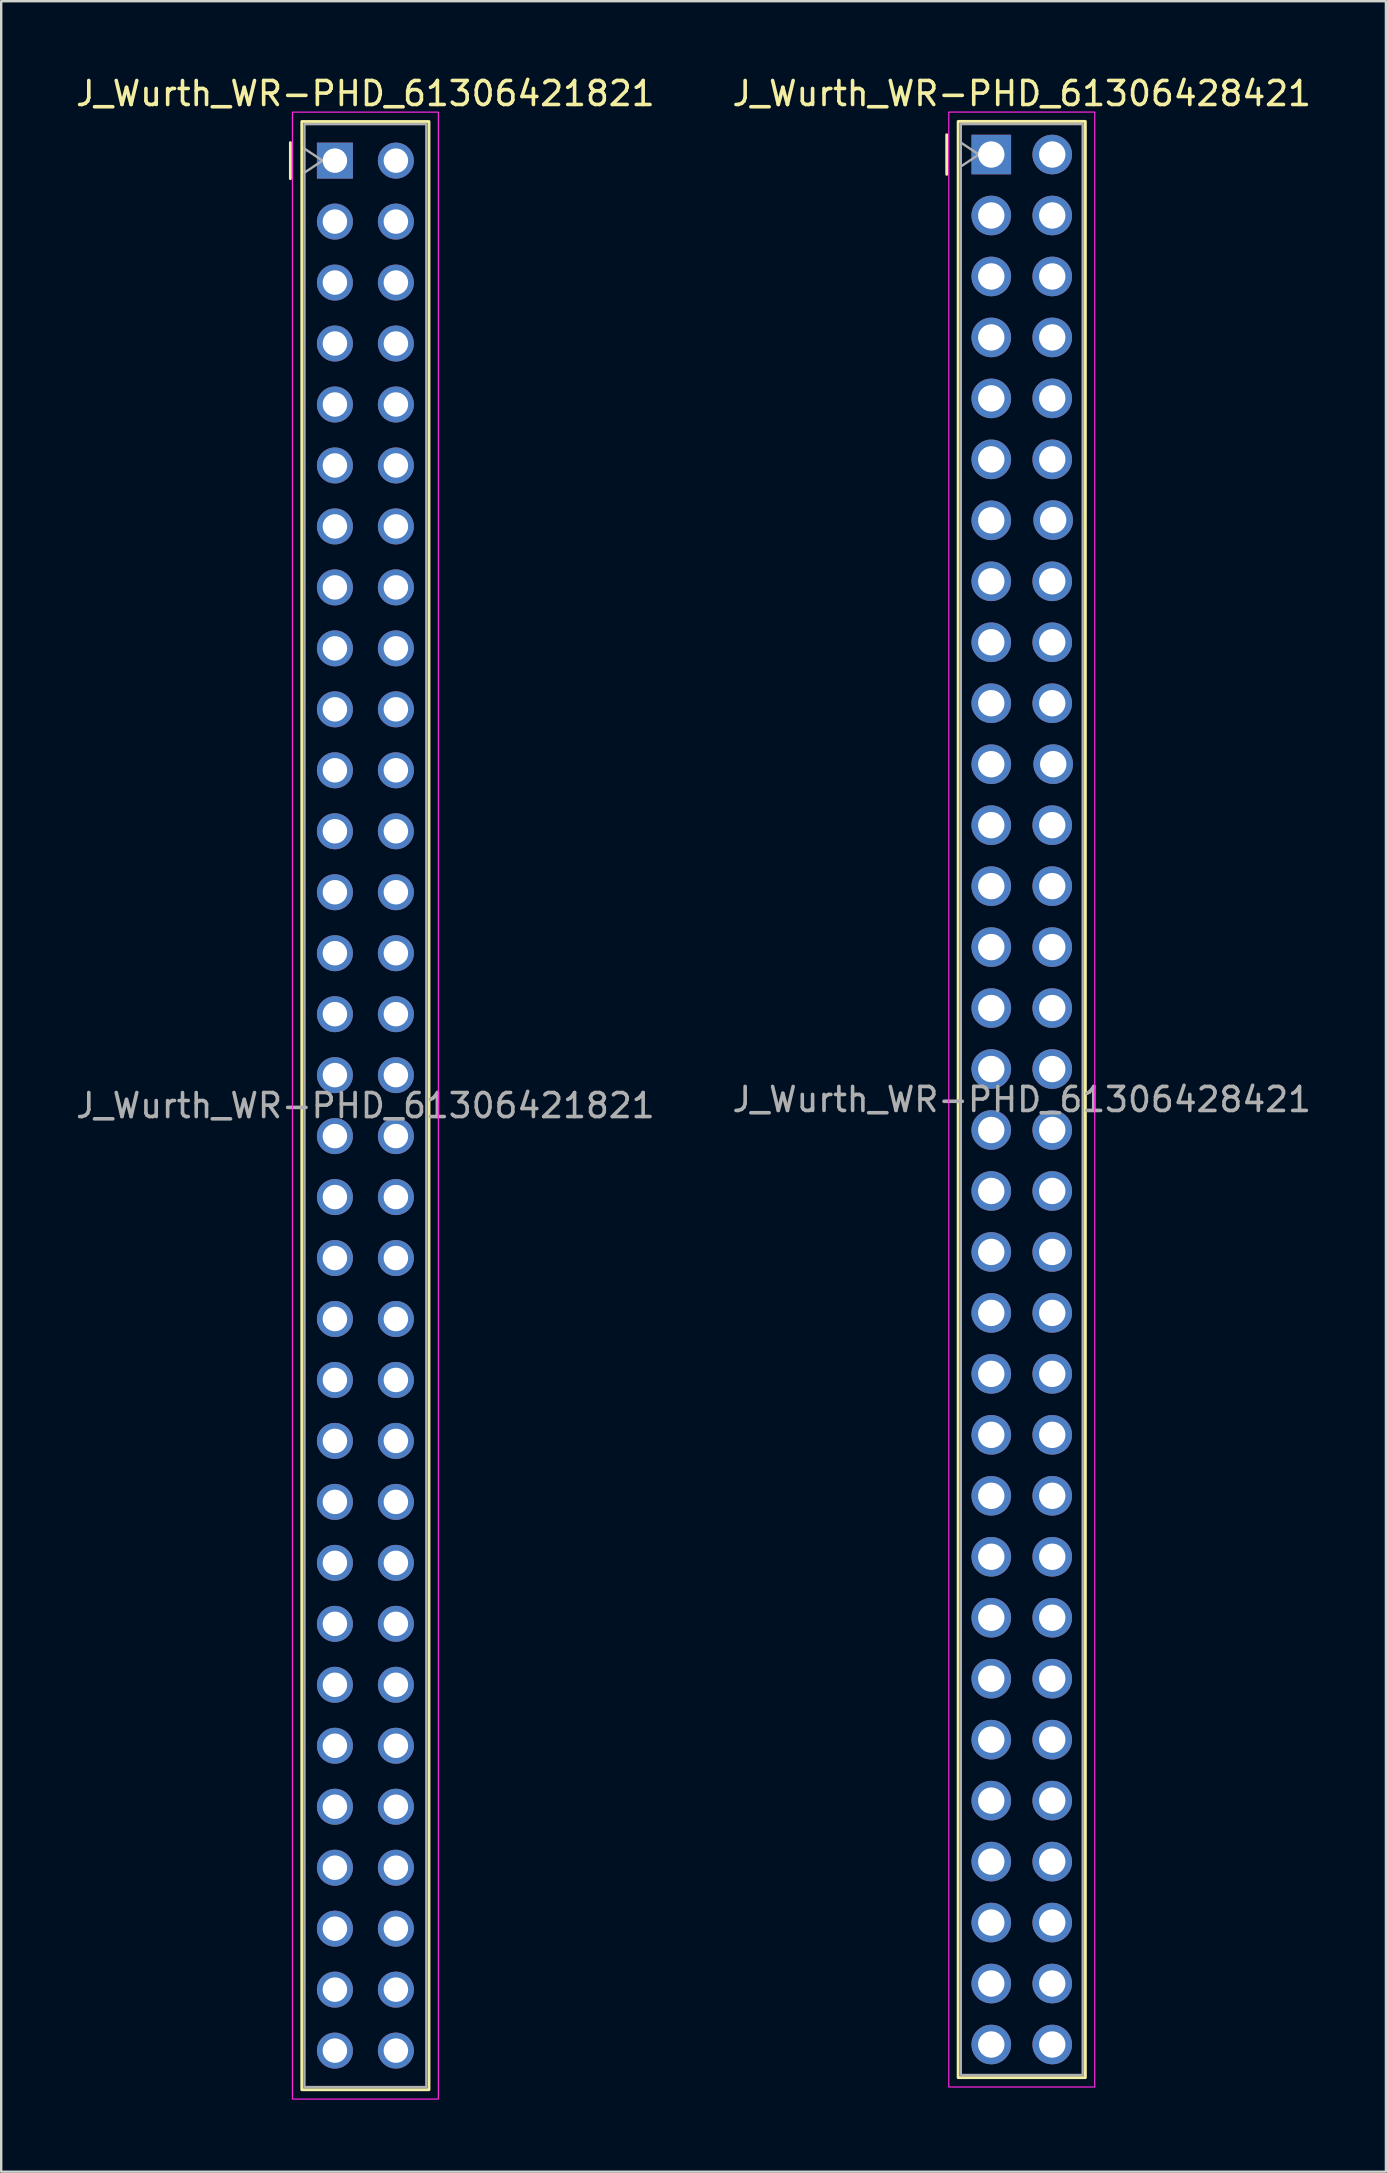
<source format=kicad_pcb>
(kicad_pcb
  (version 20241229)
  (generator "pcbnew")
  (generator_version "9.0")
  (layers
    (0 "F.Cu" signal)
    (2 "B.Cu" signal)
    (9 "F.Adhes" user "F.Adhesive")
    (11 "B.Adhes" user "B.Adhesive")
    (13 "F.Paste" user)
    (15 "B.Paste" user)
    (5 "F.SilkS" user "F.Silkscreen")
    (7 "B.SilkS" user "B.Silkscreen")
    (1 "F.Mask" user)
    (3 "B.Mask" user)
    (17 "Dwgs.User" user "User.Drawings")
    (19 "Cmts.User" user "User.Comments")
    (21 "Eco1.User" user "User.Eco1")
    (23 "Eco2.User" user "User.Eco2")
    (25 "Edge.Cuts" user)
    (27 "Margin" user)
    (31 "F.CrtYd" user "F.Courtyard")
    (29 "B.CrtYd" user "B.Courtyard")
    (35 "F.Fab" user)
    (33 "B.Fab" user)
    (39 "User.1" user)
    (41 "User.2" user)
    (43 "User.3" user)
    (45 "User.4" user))
  (footprint "J_Wurth_WR-PHD_61306421821"
    (layer "F.Cu")
    (at 10.903 3.642)
    (property "Reference" "J_Wurth_WR-PHD_61306421821" (at 1.27 -2.794 0) (unlocked yes) (layer "F.SilkS") (effects (font (size 1 1) (thickness 0.15))))
    (attr through_hole)
    (fp_line (start -1.855 -0.75) (end -1.855 0.75) (stroke (width 0.12) (type solid)) (layer "F.SilkS"))
    (fp_rect (start -1.38 -1.63) (end 3.92 80.37) (stroke (width 0.12) (type solid)) (fill no) (layer "F.SilkS"))
    (fp_rect (start -1.77 -2.02) (end 4.31 80.76) (stroke (width 0.05) (type solid)) (fill no) (layer "F.CrtYd"))
    (fp_line (start -1.27 -0.5) (end -0.52 0) (stroke (width 0.1) (type solid)) (layer "F.Fab"))
    (fp_line (start -0.52 0) (end -1.27 0.5) (stroke (width 0.1) (type solid)) (layer "F.Fab"))
    (fp_rect (start -1.27 -1.52) (end 3.81 80.26) (stroke (width 0.1) (type solid)) (fill no) (layer "F.Fab"))
    (fp_text user "${REFERENCE}" (at 1.27 39.37 0) (unlocked yes) (layer "F.Fab") (effects (font (size 1 1) (thickness 0.15))))
    (pad "1" thru_hole rect (at 0 0) (size 1.5 1.5) (drill 1.02) (layers "*.Cu" "*.Mask"))
    (pad "2" thru_hole circle (at 2.54 0) (size 1.5 1.5) (drill 1.02) (layers "*.Cu" "*.Mask"))
    (pad "3" thru_hole circle (at 0 2.54) (size 1.5 1.5) (drill 1.02) (layers "*.Cu" "*.Mask"))
    (pad "4" thru_hole circle (at 2.54 2.54) (size 1.5 1.5) (drill 1.02) (layers "*.Cu" "*.Mask"))
    (pad "5" thru_hole circle (at 0 5.08) (size 1.5 1.5) (drill 1.02) (layers "*.Cu" "*.Mask"))
    (pad "6" thru_hole circle (at 2.54 5.08) (size 1.5 1.5) (drill 1.02) (layers "*.Cu" "*.Mask"))
    (pad "7" thru_hole circle (at 0 7.62) (size 1.5 1.5) (drill 1.02) (layers "*.Cu" "*.Mask"))
    (pad "8" thru_hole circle (at 2.54 7.62) (size 1.5 1.5) (drill 1.02) (layers "*.Cu" "*.Mask"))
    (pad "9" thru_hole circle (at 0 10.16) (size 1.5 1.5) (drill 1.02) (layers "*.Cu" "*.Mask"))
    (pad "10" thru_hole circle (at 2.54 10.16) (size 1.5 1.5) (drill 1.02) (layers "*.Cu" "*.Mask"))
    (pad "11" thru_hole circle (at 0 12.7) (size 1.5 1.5) (drill 1.02) (layers "*.Cu" "*.Mask"))
    (pad "12" thru_hole circle (at 2.54 12.7) (size 1.5 1.5) (drill 1.02) (layers "*.Cu" "*.Mask"))
    (pad "13" thru_hole circle (at 0 15.24) (size 1.5 1.5) (drill 1.02) (layers "*.Cu" "*.Mask"))
    (pad "14" thru_hole circle (at 2.54 15.24) (size 1.5 1.5) (drill 1.02) (layers "*.Cu" "*.Mask"))
    (pad "15" thru_hole circle (at 0 17.78) (size 1.5 1.5) (drill 1.02) (layers "*.Cu" "*.Mask"))
    (pad "16" thru_hole circle (at 2.54 17.78) (size 1.5 1.5) (drill 1.02) (layers "*.Cu" "*.Mask"))
    (pad "17" thru_hole circle (at 0 20.32) (size 1.5 1.5) (drill 1.02) (layers "*.Cu" "*.Mask"))
    (pad "18" thru_hole circle (at 2.54 20.32) (size 1.5 1.5) (drill 1.02) (layers "*.Cu" "*.Mask"))
    (pad "19" thru_hole circle (at 0 22.86) (size 1.5 1.5) (drill 1.02) (layers "*.Cu" "*.Mask"))
    (pad "20" thru_hole circle (at 2.54 22.86) (size 1.5 1.5) (drill 1.02) (layers "*.Cu" "*.Mask"))
    (pad "21" thru_hole circle (at 0 25.4) (size 1.5 1.5) (drill 1.02) (layers "*.Cu" "*.Mask"))
    (pad "22" thru_hole circle (at 2.54 25.4) (size 1.5 1.5) (drill 1.02) (layers "*.Cu" "*.Mask"))
    (pad "23" thru_hole circle (at 0 27.94) (size 1.5 1.5) (drill 1.02) (layers "*.Cu" "*.Mask"))
    (pad "24" thru_hole circle (at 2.54 27.94) (size 1.5 1.5) (drill 1.02) (layers "*.Cu" "*.Mask"))
    (pad "25" thru_hole circle (at 0 30.48) (size 1.5 1.5) (drill 1.02) (layers "*.Cu" "*.Mask"))
    (pad "26" thru_hole circle (at 2.54 30.48) (size 1.5 1.5) (drill 1.02) (layers "*.Cu" "*.Mask"))
    (pad "27" thru_hole circle (at 0 33.02) (size 1.5 1.5) (drill 1.02) (layers "*.Cu" "*.Mask"))
    (pad "28" thru_hole circle (at 2.54 33.02) (size 1.5 1.5) (drill 1.02) (layers "*.Cu" "*.Mask"))
    (pad "29" thru_hole circle (at 0 35.56) (size 1.5 1.5) (drill 1.02) (layers "*.Cu" "*.Mask"))
    (pad "30" thru_hole circle (at 2.54 35.56) (size 1.5 1.5) (drill 1.02) (layers "*.Cu" "*.Mask"))
    (pad "31" thru_hole circle (at 0 38.1) (size 1.5 1.5) (drill 1.02) (layers "*.Cu" "*.Mask"))
    (pad "32" thru_hole circle (at 2.54 38.1) (size 1.5 1.5) (drill 1.02) (layers "*.Cu" "*.Mask"))
    (pad "33" thru_hole circle (at 0 40.64) (size 1.5 1.5) (drill 1.02) (layers "*.Cu" "*.Mask"))
    (pad "34" thru_hole circle (at 2.54 40.64) (size 1.5 1.5) (drill 1.02) (layers "*.Cu" "*.Mask"))
    (pad "35" thru_hole circle (at 0 43.18) (size 1.5 1.5) (drill 1.02) (layers "*.Cu" "*.Mask"))
    (pad "36" thru_hole circle (at 2.54 43.18) (size 1.5 1.5) (drill 1.02) (layers "*.Cu" "*.Mask"))
    (pad "37" thru_hole circle (at 0 45.72) (size 1.5 1.5) (drill 1.02) (layers "*.Cu" "*.Mask"))
    (pad "38" thru_hole circle (at 2.54 45.72) (size 1.5 1.5) (drill 1.02) (layers "*.Cu" "*.Mask"))
    (pad "39" thru_hole circle (at 0 48.26) (size 1.5 1.5) (drill 1.02) (layers "*.Cu" "*.Mask"))
    (pad "40" thru_hole circle (at 2.54 48.26) (size 1.5 1.5) (drill 1.02) (layers "*.Cu" "*.Mask"))
    (pad "41" thru_hole circle (at 0 50.8) (size 1.5 1.5) (drill 1.02) (layers "*.Cu" "*.Mask"))
    (pad "42" thru_hole circle (at 2.54 50.8) (size 1.5 1.5) (drill 1.02) (layers "*.Cu" "*.Mask"))
    (pad "43" thru_hole circle (at 0 53.34) (size 1.5 1.5) (drill 1.02) (layers "*.Cu" "*.Mask"))
    (pad "44" thru_hole circle (at 2.54 53.34) (size 1.5 1.5) (drill 1.02) (layers "*.Cu" "*.Mask"))
    (pad "45" thru_hole circle (at 0 55.88) (size 1.5 1.5) (drill 1.02) (layers "*.Cu" "*.Mask"))
    (pad "46" thru_hole circle (at 2.54 55.88) (size 1.5 1.5) (drill 1.02) (layers "*.Cu" "*.Mask"))
    (pad "47" thru_hole circle (at 0 58.42) (size 1.5 1.5) (drill 1.02) (layers "*.Cu" "*.Mask"))
    (pad "48" thru_hole circle (at 2.54 58.42) (size 1.5 1.5) (drill 1.02) (layers "*.Cu" "*.Mask"))
    (pad "49" thru_hole circle (at 0 60.96) (size 1.5 1.5) (drill 1.02) (layers "*.Cu" "*.Mask"))
    (pad "50" thru_hole circle (at 2.54 60.96) (size 1.5 1.5) (drill 1.02) (layers "*.Cu" "*.Mask"))
    (pad "51" thru_hole circle (at 0 63.5) (size 1.5 1.5) (drill 1.02) (layers "*.Cu" "*.Mask"))
    (pad "52" thru_hole circle (at 2.54 63.5) (size 1.5 1.5) (drill 1.02) (layers "*.Cu" "*.Mask"))
    (pad "53" thru_hole circle (at 0 66.04) (size 1.5 1.5) (drill 1.02) (layers "*.Cu" "*.Mask"))
    (pad "54" thru_hole circle (at 2.54 66.04) (size 1.5 1.5) (drill 1.02) (layers "*.Cu" "*.Mask"))
    (pad "55" thru_hole circle (at 0 68.58) (size 1.5 1.5) (drill 1.02) (layers "*.Cu" "*.Mask"))
    (pad "56" thru_hole circle (at 2.54 68.58) (size 1.5 1.5) (drill 1.02) (layers "*.Cu" "*.Mask"))
    (pad "57" thru_hole circle (at 0 71.12) (size 1.5 1.5) (drill 1.02) (layers "*.Cu" "*.Mask"))
    (pad "58" thru_hole circle (at 2.54 71.12) (size 1.5 1.5) (drill 1.02) (layers "*.Cu" "*.Mask"))
    (pad "59" thru_hole circle (at 0 73.66) (size 1.5 1.5) (drill 1.02) (layers "*.Cu" "*.Mask"))
    (pad "60" thru_hole circle (at 2.54 73.66) (size 1.5 1.5) (drill 1.02) (layers "*.Cu" "*.Mask"))
    (pad "61" thru_hole circle (at 0 76.2) (size 1.5 1.5) (drill 1.02) (layers "*.Cu" "*.Mask"))
    (pad "62" thru_hole circle (at 2.54 76.2) (size 1.5 1.5) (drill 1.02) (layers "*.Cu" "*.Mask"))
    (pad "63" thru_hole circle (at 0 78.74) (size 1.5 1.5) (drill 1.02) (layers "*.Cu" "*.Mask"))
    (pad "64" thru_hole circle (at 2.54 78.74) (size 1.5 1.5) (drill 1.02) (layers "*.Cu" "*.Mask")))
  (footprint "J_Wurth_WR-PHD_61306428421"
    (layer "F.Cu")
    (at 38.248 3.388)
    (property "Reference" "J_Wurth_WR-PHD_61306428421" (at 1.27 -2.54 0) (unlocked yes) (layer "F.SilkS") (effects (font (size 1 1) (thickness 0.15))))
    (attr through_hole)
    (fp_line (start -1.855 -0.825) (end -1.855 0.825) (stroke (width 0.12) (type solid)) (layer "F.SilkS"))
    (fp_rect (start -1.38 -1.38) (end 3.92 80.12) (stroke (width 0.12) (type solid)) (fill no) (layer "F.SilkS"))
    (fp_rect (start -1.77 -1.77) (end 4.31 80.51) (stroke (width 0.05) (type solid)) (fill no) (layer "F.CrtYd"))
    (fp_line (start -1.27 -0.5) (end -0.52 0) (stroke (width 0.1) (type solid)) (layer "F.Fab"))
    (fp_line (start -0.52 0) (end -1.27 0.5) (stroke (width 0.1) (type solid)) (layer "F.Fab"))
    (fp_rect (start -1.27 -1.27) (end 3.81 80.01) (stroke (width 0.1) (type solid)) (fill no) (layer "F.Fab"))
    (fp_text user "${REFERENCE}" (at 1.27 39.37 0) (unlocked yes) (layer "F.Fab") (effects (font (size 1 1) (thickness 0.15))))
    (pad "1" thru_hole rect (at 0 0 270) (size 1.65 1.65) (drill 1.1) (layers "*.Cu" "*.Mask"))
    (pad "2" thru_hole circle (at 2.54 0 270) (size 1.65 1.65) (drill 1.1) (layers "*.Cu" "*.Mask"))
    (pad "3" thru_hole circle (at 0 2.54 270) (size 1.65 1.65) (drill 1.1) (layers "*.Cu" "*.Mask"))
    (pad "4" thru_hole circle (at 2.54 2.54 270) (size 1.65 1.65) (drill 1.1) (layers "*.Cu" "*.Mask"))
    (pad "5" thru_hole circle (at 0 5.08 270) (size 1.65 1.65) (drill 1.1) (layers "*.Cu" "*.Mask"))
    (pad "6" thru_hole circle (at 2.54 5.08 270) (size 1.65 1.65) (drill 1.1) (layers "*.Cu" "*.Mask"))
    (pad "7" thru_hole circle (at 0 7.62 270) (size 1.65 1.65) (drill 1.1) (layers "*.Cu" "*.Mask"))
    (pad "8" thru_hole circle (at 2.54 7.62 270) (size 1.65 1.65) (drill 1.1) (layers "*.Cu" "*.Mask"))
    (pad "9" thru_hole circle (at 0 10.16 270) (size 1.65 1.65) (drill 1.1) (layers "*.Cu" "*.Mask"))
    (pad "10" thru_hole circle (at 2.54 10.16 270) (size 1.65 1.65) (drill 1.1) (layers "*.Cu" "*.Mask"))
    (pad "11" thru_hole circle (at 0 12.7 270) (size 1.65 1.65) (drill 1.1) (layers "*.Cu" "*.Mask"))
    (pad "12" thru_hole circle (at 2.54 12.7 270) (size 1.65 1.65) (drill 1.1) (layers "*.Cu" "*.Mask"))
    (pad "13" thru_hole circle (at 0 15.24 270) (size 1.65 1.65) (drill 1.1) (layers "*.Cu" "*.Mask"))
    (pad "14" thru_hole circle (at 2.579 15.23 270) (size 1.65 1.65) (drill 1.1) (layers "*.Cu" "*.Mask"))
    (pad "15" thru_hole circle (at 0 17.78 270) (size 1.65 1.65) (drill 1.1) (layers "*.Cu" "*.Mask"))
    (pad "16" thru_hole circle (at 2.54 17.78 270) (size 1.65 1.65) (drill 1.1) (layers "*.Cu" "*.Mask"))
    (pad "17" thru_hole circle (at 0 20.32 270) (size 1.65 1.65) (drill 1.1) (layers "*.Cu" "*.Mask"))
    (pad "18" thru_hole circle (at 2.54 20.32 270) (size 1.65 1.65) (drill 1.1) (layers "*.Cu" "*.Mask"))
    (pad "19" thru_hole circle (at 0 22.86 270) (size 1.65 1.65) (drill 1.1) (layers "*.Cu" "*.Mask"))
    (pad "20" thru_hole circle (at 2.54 22.86 270) (size 1.65 1.65) (drill 1.1) (layers "*.Cu" "*.Mask"))
    (pad "21" thru_hole circle (at 0 25.4 270) (size 1.65 1.65) (drill 1.1) (layers "*.Cu" "*.Mask"))
    (pad "22" thru_hole circle (at 2.581 25.398 270) (size 1.65 1.65) (drill 1.1) (layers "*.Cu" "*.Mask"))
    (pad "23" thru_hole circle (at 0 27.94 270) (size 1.65 1.65) (drill 1.1) (layers "*.Cu" "*.Mask"))
    (pad "24" thru_hole circle (at 2.54 27.94 270) (size 1.65 1.65) (drill 1.1) (layers "*.Cu" "*.Mask"))
    (pad "25" thru_hole circle (at 0 30.48 270) (size 1.65 1.65) (drill 1.1) (layers "*.Cu" "*.Mask"))
    (pad "26" thru_hole circle (at 2.54 30.48 270) (size 1.65 1.65) (drill 1.1) (layers "*.Cu" "*.Mask"))
    (pad "27" thru_hole circle (at 0 33.02 270) (size 1.65 1.65) (drill 1.1) (layers "*.Cu" "*.Mask"))
    (pad "28" thru_hole circle (at 2.54 33.02 270) (size 1.65 1.65) (drill 1.1) (layers "*.Cu" "*.Mask"))
    (pad "29" thru_hole circle (at 0 35.56 270) (size 1.65 1.65) (drill 1.1) (layers "*.Cu" "*.Mask"))
    (pad "30" thru_hole circle (at 2.54 35.56 270) (size 1.65 1.65) (drill 1.1) (layers "*.Cu" "*.Mask"))
    (pad "31" thru_hole circle (at 0 38.1 270) (size 1.65 1.65) (drill 1.1) (layers "*.Cu" "*.Mask"))
    (pad "32" thru_hole circle (at 2.54 38.1 270) (size 1.65 1.65) (drill 1.1) (layers "*.Cu" "*.Mask"))
    (pad "33" thru_hole circle (at 0 40.64 270) (size 1.65 1.65) (drill 1.1) (layers "*.Cu" "*.Mask"))
    (pad "34" thru_hole circle (at 2.54 40.64 270) (size 1.65 1.65) (drill 1.1) (layers "*.Cu" "*.Mask"))
    (pad "35" thru_hole circle (at 0 43.18 270) (size 1.65 1.65) (drill 1.1) (layers "*.Cu" "*.Mask"))
    (pad "36" thru_hole circle (at 2.54 43.18 270) (size 1.65 1.65) (drill 1.1) (layers "*.Cu" "*.Mask"))
    (pad "37" thru_hole circle (at 0 45.72 270) (size 1.65 1.65) (drill 1.1) (layers "*.Cu" "*.Mask"))
    (pad "38" thru_hole circle (at 2.54 45.72 270) (size 1.65 1.65) (drill 1.1) (layers "*.Cu" "*.Mask"))
    (pad "39" thru_hole circle (at 0 48.26 270) (size 1.65 1.65) (drill 1.1) (layers "*.Cu" "*.Mask"))
    (pad "40" thru_hole circle (at 2.54 48.26 270) (size 1.65 1.65) (drill 1.1) (layers "*.Cu" "*.Mask"))
    (pad "41" thru_hole circle (at 0 50.8 270) (size 1.65 1.65) (drill 1.1) (layers "*.Cu" "*.Mask"))
    (pad "42" thru_hole circle (at 2.54 50.8 270) (size 1.65 1.65) (drill 1.1) (layers "*.Cu" "*.Mask"))
    (pad "43" thru_hole circle (at 0 53.34 270) (size 1.65 1.65) (drill 1.1) (layers "*.Cu" "*.Mask"))
    (pad "44" thru_hole circle (at 2.54 53.34 270) (size 1.65 1.65) (drill 1.1) (layers "*.Cu" "*.Mask"))
    (pad "45" thru_hole circle (at 0 55.88 270) (size 1.65 1.65) (drill 1.1) (layers "*.Cu" "*.Mask"))
    (pad "46" thru_hole circle (at 2.54 55.88 270) (size 1.65 1.65) (drill 1.1) (layers "*.Cu" "*.Mask"))
    (pad "47" thru_hole circle (at 0 58.42 270) (size 1.65 1.65) (drill 1.1) (layers "*.Cu" "*.Mask"))
    (pad "48" thru_hole circle (at 2.54 58.42 270) (size 1.65 1.65) (drill 1.1) (layers "*.Cu" "*.Mask"))
    (pad "49" thru_hole circle (at 0 60.96 270) (size 1.65 1.65) (drill 1.1) (layers "*.Cu" "*.Mask"))
    (pad "50" thru_hole circle (at 2.54 60.96 270) (size 1.65 1.65) (drill 1.1) (layers "*.Cu" "*.Mask"))
    (pad "51" thru_hole circle (at 0 63.5 270) (size 1.65 1.65) (drill 1.1) (layers "*.Cu" "*.Mask"))
    (pad "52" thru_hole circle (at 2.54 63.5 270) (size 1.65 1.65) (drill 1.1) (layers "*.Cu" "*.Mask"))
    (pad "53" thru_hole circle (at 0 66.04 270) (size 1.65 1.65) (drill 1.1) (layers "*.Cu" "*.Mask"))
    (pad "54" thru_hole circle (at 2.54 66.04 270) (size 1.65 1.65) (drill 1.1) (layers "*.Cu" "*.Mask"))
    (pad "55" thru_hole circle (at 0 68.58 270) (size 1.65 1.65) (drill 1.1) (layers "*.Cu" "*.Mask"))
    (pad "56" thru_hole circle (at 2.54 68.58 270) (size 1.65 1.65) (drill 1.1) (layers "*.Cu" "*.Mask"))
    (pad "57" thru_hole circle (at 0 71.12 270) (size 1.65 1.65) (drill 1.1) (layers "*.Cu" "*.Mask"))
    (pad "58" thru_hole circle (at 2.54 71.12 270) (size 1.65 1.65) (drill 1.1) (layers "*.Cu" "*.Mask"))
    (pad "59" thru_hole circle (at 0 73.66 270) (size 1.65 1.65) (drill 1.1) (layers "*.Cu" "*.Mask"))
    (pad "60" thru_hole circle (at 2.54 73.66 270) (size 1.65 1.65) (drill 1.1) (layers "*.Cu" "*.Mask"))
    (pad "61" thru_hole circle (at 0 76.2 270) (size 1.65 1.65) (drill 1.1) (layers "*.Cu" "*.Mask"))
    (pad "62" thru_hole circle (at 2.54 76.2 270) (size 1.65 1.65) (drill 1.1) (layers "*.Cu" "*.Mask"))
    (pad "63" thru_hole circle (at 0 78.74 270) (size 1.65 1.65) (drill 1.1) (layers "*.Cu" "*.Mask"))
    (pad "64" thru_hole circle (at 2.54 78.74 270) (size 1.65 1.65) (drill 1.1) (layers "*.Cu" "*.Mask")))
  (gr_rect
    (start -3 -3)
    (end 54.69 87.427)
    (stroke (width 0.1) (type default))
    (fill no)
    (layer "Edge.Cuts")))
</source>
